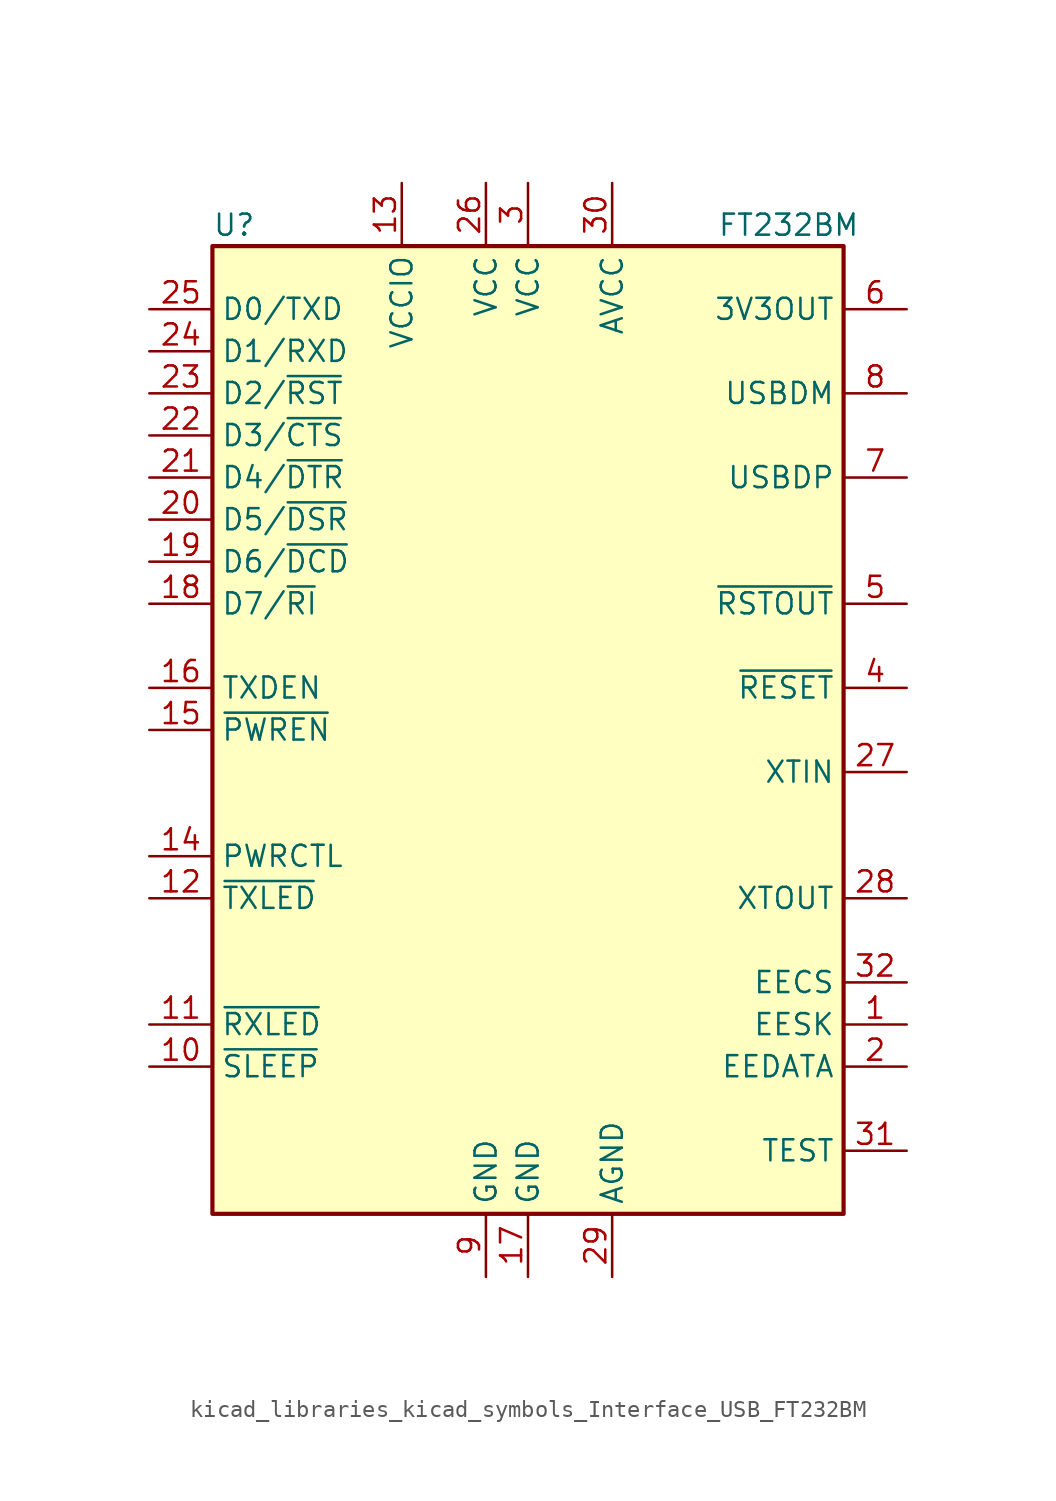
<source format=kicad_sym>
(kicad_symbol_lib
  (version 20220914)
  (generator kicad_symbol_editor)
  (symbol "kicad_libraries_kicad_symbols_Interface_USB_FT232BM"
    (property "Reference" "U"
      (at -19.05 30.48 0)
      (effects (font (size 1.27 1.27)) (justify left)))
    (property "Value" "FT232BM"
      (at 11.43 30.48 0)
      (effects (font (size 1.27 1.27)) (justify left)))
    (symbol "kicad_libraries_kicad_symbols_Interface_USB_FT232BM_0_1"
      (rectangle (start -19.05 29.21) (end 19.05 -29.21) (stroke (width 0.254) (type default)) (fill (type background))))
    (symbol "kicad_libraries_kicad_symbols_Interface_USB_FT232BM_1_1"
      (pin output line (at 22.86 -17.78 180) (length 3.81) (name "EESK" (effects (font (size 1.27 1.27)))) (number "1" (effects (font (size 1.27 1.27)))))
      (pin output line (at -22.86 -20.32 0) (length 3.81) (name "~{SLEEP}" (effects (font (size 1.27 1.27)))) (number "10" (effects (font (size 1.27 1.27)))))
      (pin open_collector line (at -22.86 -17.78 0) (length 3.81) (name "~{RXLED}" (effects (font (size 1.27 1.27)))) (number "11" (effects (font (size 1.27 1.27)))))
      (pin open_collector line (at -22.86 -10.16 0) (length 3.81) (name "~{TXLED}" (effects (font (size 1.27 1.27)))) (number "12" (effects (font (size 1.27 1.27)))))
      (pin power_in line (at -7.62 33.02 270) (length 3.81) (name "VCCIO" (effects (font (size 1.27 1.27)))) (number "13" (effects (font (size 1.27 1.27)))))
      (pin input line (at -22.86 -7.62 0) (length 3.81) (name "PWRCTL" (effects (font (size 1.27 1.27)))) (number "14" (effects (font (size 1.27 1.27)))))
      (pin output line (at -22.86 0 0) (length 3.81) (name "~{PWREN}" (effects (font (size 1.27 1.27)))) (number "15" (effects (font (size 1.27 1.27)))))
      (pin output line (at -22.86 2.54 0) (length 3.81) (name "TXDEN" (effects (font (size 1.27 1.27)))) (number "16" (effects (font (size 1.27 1.27)))))
      (pin power_in line (at 0 -33.02 90) (length 3.81) (name "GND" (effects (font (size 1.27 1.27)))) (number "17" (effects (font (size 1.27 1.27)))))
      (pin bidirectional line (at -22.86 7.62 0) (length 3.81) (name "D7/~{RI}" (effects (font (size 1.27 1.27)))) (number "18" (effects (font (size 1.27 1.27)))))
      (pin bidirectional line (at -22.86 10.16 0) (length 3.81) (name "D6/~{DCD}" (effects (font (size 1.27 1.27)))) (number "19" (effects (font (size 1.27 1.27)))))
      (pin bidirectional line (at 22.86 -20.32 180) (length 3.81) (name "EEDATA" (effects (font (size 1.27 1.27)))) (number "2" (effects (font (size 1.27 1.27)))))
      (pin bidirectional line (at -22.86 12.7 0) (length 3.81) (name "D5/~{DSR}" (effects (font (size 1.27 1.27)))) (number "20" (effects (font (size 1.27 1.27)))))
      (pin bidirectional line (at -22.86 15.24 0) (length 3.81) (name "D4/~{DTR}" (effects (font (size 1.27 1.27)))) (number "21" (effects (font (size 1.27 1.27)))))
      (pin bidirectional line (at -22.86 17.78 0) (length 3.81) (name "D3/~{CTS}" (effects (font (size 1.27 1.27)))) (number "22" (effects (font (size 1.27 1.27)))))
      (pin bidirectional line (at -22.86 20.32 0) (length 3.81) (name "D2/~{RST}" (effects (font (size 1.27 1.27)))) (number "23" (effects (font (size 1.27 1.27)))))
      (pin bidirectional line (at -22.86 22.86 0) (length 3.81) (name "D1/RXD" (effects (font (size 1.27 1.27)))) (number "24" (effects (font (size 1.27 1.27)))))
      (pin bidirectional line (at -22.86 25.4 0) (length 3.81) (name "D0/TXD" (effects (font (size 1.27 1.27)))) (number "25" (effects (font (size 1.27 1.27)))))
      (pin power_in line (at -2.54 33.02 270) (length 3.81) (name "VCC" (effects (font (size 1.27 1.27)))) (number "26" (effects (font (size 1.27 1.27)))))
      (pin input line (at 22.86 -2.54 180) (length 3.81) (name "XTIN" (effects (font (size 1.27 1.27)))) (number "27" (effects (font (size 1.27 1.27)))))
      (pin output line (at 22.86 -10.16 180) (length 3.81) (name "XTOUT" (effects (font (size 1.27 1.27)))) (number "28" (effects (font (size 1.27 1.27)))))
      (pin power_in line (at 5.08 -33.02 90) (length 3.81) (name "AGND" (effects (font (size 1.27 1.27)))) (number "29" (effects (font (size 1.27 1.27)))))
      (pin power_in line (at 0 33.02 270) (length 3.81) (name "VCC" (effects (font (size 1.27 1.27)))) (number "3" (effects (font (size 1.27 1.27)))))
      (pin power_in line (at 5.08 33.02 270) (length 3.81) (name "AVCC" (effects (font (size 1.27 1.27)))) (number "30" (effects (font (size 1.27 1.27)))))
      (pin input line (at 22.86 -25.4 180) (length 3.81) (name "TEST" (effects (font (size 1.27 1.27)))) (number "31" (effects (font (size 1.27 1.27)))))
      (pin bidirectional line (at 22.86 -15.24 180) (length 3.81) (name "EECS" (effects (font (size 1.27 1.27)))) (number "32" (effects (font (size 1.27 1.27)))))
      (pin input line (at 22.86 2.54 180) (length 3.81) (name "~{RESET}" (effects (font (size 1.27 1.27)))) (number "4" (effects (font (size 1.27 1.27)))))
      (pin output line (at 22.86 7.62 180) (length 3.81) (name "~{RSTOUT}" (effects (font (size 1.27 1.27)))) (number "5" (effects (font (size 1.27 1.27)))))
      (pin power_out line (at 22.86 25.4 180) (length 3.81) (name "3V3OUT" (effects (font (size 1.27 1.27)))) (number "6" (effects (font (size 1.27 1.27)))))
      (pin bidirectional line (at 22.86 15.24 180) (length 3.81) (name "USBDP" (effects (font (size 1.27 1.27)))) (number "7" (effects (font (size 1.27 1.27)))))
      (pin bidirectional line (at 22.86 20.32 180) (length 3.81) (name "USBDM" (effects (font (size 1.27 1.27)))) (number "8" (effects (font (size 1.27 1.27)))))
      (pin power_in line (at -2.54 -33.02 90) (length 3.81) (name "GND" (effects (font (size 1.27 1.27)))) (number "9" (effects (font (size 1.27 1.27))))))))
</source>
